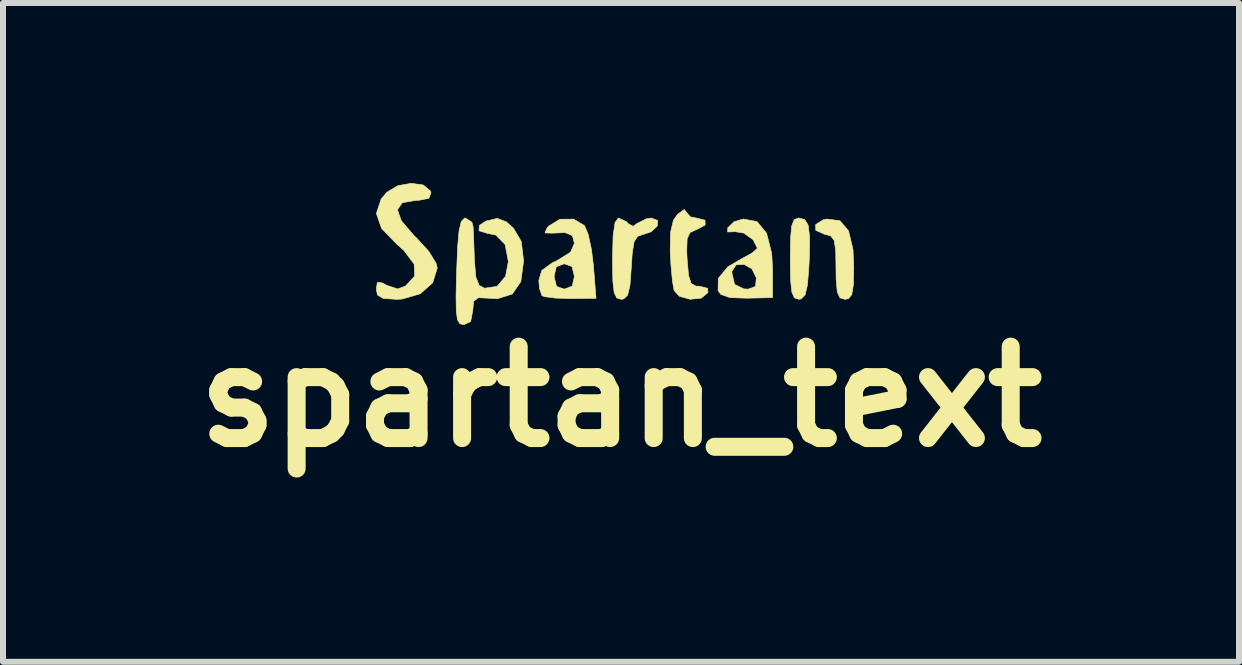
<source format=kicad_pcb>
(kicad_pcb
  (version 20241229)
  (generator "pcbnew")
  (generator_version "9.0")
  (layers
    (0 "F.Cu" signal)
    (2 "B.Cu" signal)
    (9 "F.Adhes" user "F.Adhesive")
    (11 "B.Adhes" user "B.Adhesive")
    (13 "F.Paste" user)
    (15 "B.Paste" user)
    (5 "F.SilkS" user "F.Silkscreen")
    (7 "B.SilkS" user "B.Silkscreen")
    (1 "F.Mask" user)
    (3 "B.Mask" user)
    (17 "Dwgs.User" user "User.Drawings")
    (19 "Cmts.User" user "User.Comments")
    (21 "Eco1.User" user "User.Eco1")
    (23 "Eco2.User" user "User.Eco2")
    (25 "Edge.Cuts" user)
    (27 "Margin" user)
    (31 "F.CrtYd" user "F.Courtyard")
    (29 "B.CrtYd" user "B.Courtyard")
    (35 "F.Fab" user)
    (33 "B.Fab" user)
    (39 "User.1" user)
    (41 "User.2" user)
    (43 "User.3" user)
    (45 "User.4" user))
  (footprint "spartan_text"
    (layer "F.Cu")
    (at 7.201 1.092)
    (property "Reference" "spartan_text" (at 0.1 2.47 0) (layer "F.SilkS") (effects (font (size 1.524 1.524) (thickness 0.3))))
    (attr through_hole)
    (fp_poly (pts (xy 3.161 -0.483) (xy 3.219 -0.389) (xy 3.243 -0.196) (xy 3.24 0.124) (xy 3.231 0.306) (xy 3.207 0.608) (xy 3.167 0.776) (xy 3.101 0.841) (xy 3.062 0.846) (xy 2.991 0.823) (xy 2.948 0.73) (xy 2.927 0.536) (xy 2.921 0.209) (xy 2.921 0.169) (xy 2.926 -0.173) (xy 2.945 -0.378) (xy 2.985 -0.479) (xy 3.053 -0.508) (xy 3.063 -0.508) (xy 3.161 -0.483)) (stroke (width 0.01) (type solid)) (fill yes) (layer "F.SilkS"))
    (fp_poly (pts (xy 3.748 -0.463) (xy 3.891 -0.296) (xy 3.966 0.015) (xy 3.979 0.302) (xy 3.973 0.601) (xy 3.946 0.768) (xy 3.89 0.837) (xy 3.831 0.847) (xy 3.749 0.822) (xy 3.704 0.723) (xy 3.685 0.514) (xy 3.683 0.318) (xy 3.678 0.027) (xy 3.652 -0.136) (xy 3.593 -0.211) (xy 3.488 -0.239) (xy 3.346 -0.303) (xy 3.344 -0.399) (xy 3.472 -0.479) (xy 3.531 -0.491) (xy 3.748 -0.463)) (stroke (width 0.01) (type solid)) (fill yes) (layer "F.SilkS"))
    (fp_poly (pts (xy 0.193 -0.445) (xy 0.216 -0.416) (xy 0.301 -0.37) (xy 0.365 -0.416) (xy 0.526 -0.497) (xy 0.607 -0.508) (xy 0.712 -0.466) (xy 0.703 -0.374) (xy 0.604 -0.28) (xy 0.48 -0.238) (xy 0.378 -0.204) (xy 0.318 -0.114) (xy 0.287 0.074) (xy 0.271 0.318) (xy 0.249 0.615) (xy 0.21 0.778) (xy 0.143 0.841) (xy 0.102 0.847) (xy 0.029 0.824) (xy -0.014 0.736) (xy -0.036 0.549) (xy -0.042 0.23) (xy -0.042 0.169) (xy -0.032 -0.211) (xy 0.000464 -0.433) (xy 0.056 -0.508) (xy 0.059 -0.508) (xy 0.193 -0.445)) (stroke (width 0.01) (type solid)) (fill yes) (layer "F.SilkS"))
    (fp_poly (pts (xy 1.185 -0.611) (xy 1.256 -0.527) (xy 1.355 -0.508) (xy 1.5 -0.472) (xy 1.502 -0.392) (xy 1.362 -0.316) (xy 1.35 -0.313) (xy 1.249 -0.265) (xy 1.202 -0.161) (xy 1.195 0.044) (xy 1.202 0.184) (xy 1.225 0.447) (xy 1.267 0.581) (xy 1.347 0.627) (xy 1.41 0.629) (xy 1.543 0.663) (xy 1.549 0.735) (xy 1.437 0.827) (xy 1.252 0.846) (xy 1.074 0.797) (xy 0.984 0.699) (xy 0.956 0.535) (xy 0.932 0.27) (xy 0.92 0.061) (xy 0.924 -0.266) (xy 0.973 -0.471) (xy 1.043 -0.571) (xy 1.154 -0.65) (xy 1.185 -0.611)) (stroke (width 0.01) (type solid)) (fill yes) (layer "F.SilkS"))
    (fp_poly (pts (xy -0.509 -0.382) (xy -0.447 -0.235) (xy -0.392 0.022) (xy -0.36 0.287) (xy -0.317 0.83) (xy -0.742 0.834) (xy -0.996 0.826) (xy -1.174 0.803) (xy -1.218 0.785) (xy -1.259 0.669) (xy -1.27 0.532) (xy -1.25 0.466) (xy -1.016 0.466) (xy -0.976 0.632) (xy -0.847 0.677) (xy -0.714 0.628) (xy -0.677 0.466) (xy -0.717 0.3) (xy -0.847 0.254) (xy -0.979 0.304) (xy -1.016 0.466) (xy -1.25 0.466) (xy -1.221 0.366) (xy -1.048 0.24) (xy -0.974 0.206) (xy -0.742 0.062) (xy -0.677 -0.086) (xy -0.71 -0.215) (xy -0.833 -0.265) (xy -1.054 -0.256) (xy -1.167 -0.26) (xy -1.137 -0.336) (xy -1.108 -0.373) (xy -0.918 -0.488) (xy -0.69 -0.49) (xy -0.509 -0.382)) (stroke (width 0.01) (type solid)) (fill yes) (layer "F.SilkS"))
    (fp_poly (pts (xy -3.195 -1.058) (xy -3.076 -0.959) (xy -3.068 -0.93) (xy -3.101 -0.837) (xy -3.268 -0.804) (xy -3.319 -0.803) (xy -3.546 -0.763) (xy -3.627 -0.646) (xy -3.561 -0.461) (xy -3.35 -0.214) (xy -3.309 -0.176) (xy -3.105 0.046) (xy -2.983 0.245) (xy -2.963 0.326) (xy -3.04 0.572) (xy -3.246 0.754) (xy -3.547 0.842) (xy -3.641 0.847) (xy -3.862 0.833) (xy -3.96 0.775) (xy -3.979 0.677) (xy -3.961 0.561) (xy -3.874 0.575) (xy -3.81 0.612) (xy -3.623 0.674) (xy -3.492 0.626) (xy -3.338 0.459) (xy -3.348 0.26) (xy -3.523 0.028) (xy -3.637 -0.072) (xy -3.891 -0.334) (xy -3.978 -0.584) (xy -3.898 -0.825) (xy -3.805 -0.936) (xy -3.62 -1.047) (xy -3.396 -1.087) (xy -3.195 -1.058)) (stroke (width 0.01) (type solid)) (fill yes) (layer "F.SilkS"))
    (fp_poly (pts (xy 2.368 -0.447) (xy 2.527 -0.253) (xy 2.612 0.085) (xy 2.625 0.343) (xy 2.625 0.818) (xy 2.197 0.828) (xy 1.915 0.818) (xy 1.763 0.765) (xy 1.718 0.703) (xy 1.721 0.498) (xy 1.8 0.403) (xy 1.947 0.403) (xy 1.992 0.598) (xy 2.146 0.673) (xy 2.221 0.677) (xy 2.342 0.632) (xy 2.355 0.487) (xy 2.281 0.339) (xy 2.15 0.264) (xy 2.019 0.272) (xy 1.949 0.376) (xy 1.947 0.403) (xy 1.8 0.403) (xy 1.881 0.305) (xy 2.102 0.175) (xy 2.281 0.078) (xy 2.369 -0.001) (xy 2.371 -0.009) (xy 2.301 -0.147) (xy 2.146 -0.257) (xy 1.988 -0.283) (xy 1.976 -0.279) (xy 1.876 -0.275) (xy 1.879 -0.346) (xy 1.984 -0.446) (xy 2.136 -0.492) (xy 2.368 -0.447)) (stroke (width 0.01) (type solid)) (fill yes) (layer "F.SilkS"))
    (fp_poly (pts (xy -2.386 -0.438) (xy -2.365 -0.36) (xy -2.358 -0.19) (xy -2.348 0.072) (xy -2.343 0.21) (xy -2.32 0.477) (xy -2.265 0.614) (xy -2.176 0.662) (xy -1.966 0.631) (xy -1.825 0.465) (xy -1.778 0.218) (xy -1.832 -0.066) (xy -1.986 -0.224) (xy -2.134 -0.254) (xy -2.267 -0.296) (xy -2.261 -0.386) (xy -2.152 -0.457) (xy -1.962 -0.502) (xy -1.811 -0.444) (xy -1.693 -0.339) (xy -1.563 -0.118) (xy -1.524 0.206) (xy -1.57 0.551) (xy -1.711 0.758) (xy -1.953 0.835) (xy -2.088 0.829) (xy -2.28 0.82) (xy -2.357 0.88) (xy -2.371 1.033) (xy -2.406 1.217) (xy -2.519 1.27) (xy -2.585 1.255) (xy -2.626 1.189) (xy -2.646 1.043) (xy -2.65 0.788) (xy -2.641 0.394) (xy -2.64 0.381) (xy -2.623 -0.031) (xy -2.599 -0.299) (xy -2.563 -0.449) (xy -2.511 -0.505) (xy -2.492 -0.508) (xy -2.386 -0.438)) (stroke (width 0.01) (type solid)) (fill yes) (layer "F.SilkS")))
  (gr_rect
    (start -3 -3)
    (end 17.601 7.98)
    (stroke (width 0.1) (type default))
    (fill no)
    (layer "Edge.Cuts")))
</source>
